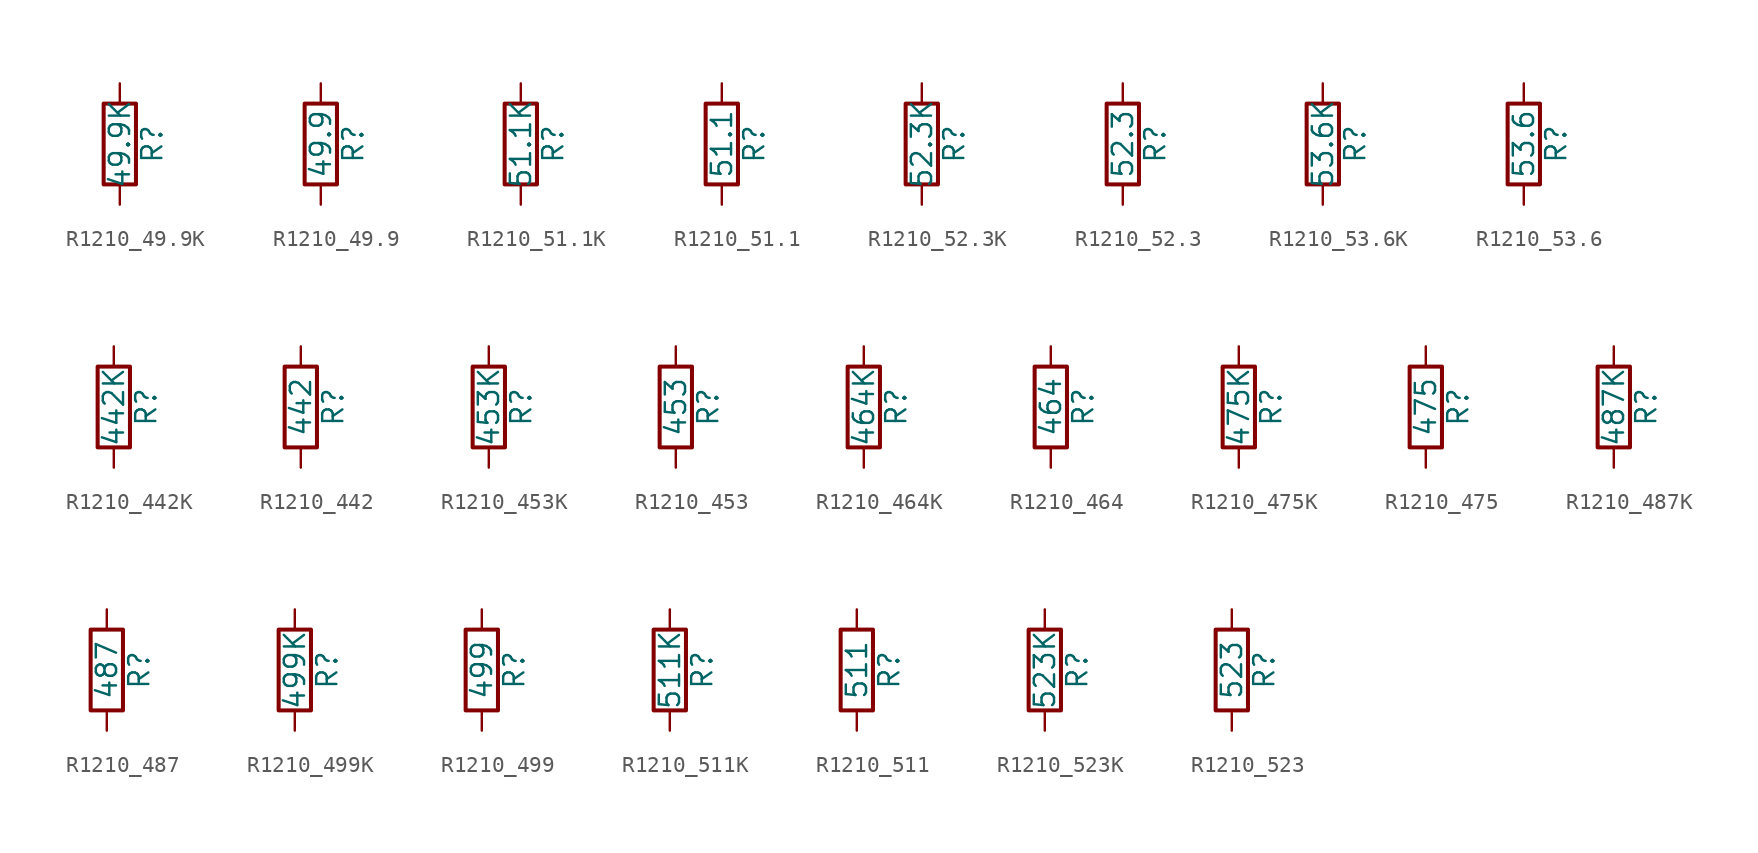
<source format=kicad_sym>
(kicad_symbol_lib
  (version 20211014)
  (generator atlantix-eda)
  (symbol "R1210_49.9K"
    (pin_numbers hide)
    (pin_names
      (offset 0))
    (property "Reference" "R"
      (at 2.032 0 90)
      (effects (font (size 1.27 1.27))))
    (property "Value" "49.9K"
      (at 0 0 90)
      (effects (font (size 1.27 1.27))))
    (symbol "R1210_49.9K_0_1"
      (rectangle (start -1.016 -2.54) (end 1.016 2.54) (stroke (width 0.254) (type default) (color 0 0 0 0)) (fill (type none))))
    (symbol "R1210_49.9K_1_1"
      (pin passive line (at 0 3.81 270) (length 1.27) (name "~" (effects (font (size 1.27 1.27)))) (number "1" (effects (font (size 1.27 1.27)))))
      (pin passive line (at 0 -3.81 90) (length 1.27) (name "~" (effects (font (size 1.27 1.27)))) (number "2" (effects (font (size 1.27 1.27)))))))
  (symbol "R1210_49.9"
    (pin_numbers hide)
    (pin_names
      (offset 0))
    (property "Reference" "R"
      (at 2.032 0 90)
      (effects (font (size 1.27 1.27))))
    (property "Value" "49.9"
      (at 0 0 90)
      (effects (font (size 1.27 1.27))))
    (symbol "R1210_49.9_0_1"
      (rectangle (start -1.016 -2.54) (end 1.016 2.54) (stroke (width 0.254) (type default) (color 0 0 0 0)) (fill (type none))))
    (symbol "R1210_49.9_1_1"
      (pin passive line (at 0 3.81 270) (length 1.27) (name "~" (effects (font (size 1.27 1.27)))) (number "1" (effects (font (size 1.27 1.27)))))
      (pin passive line (at 0 -3.81 90) (length 1.27) (name "~" (effects (font (size 1.27 1.27)))) (number "2" (effects (font (size 1.27 1.27)))))))
  (symbol "R1210_51.1K"
    (pin_numbers hide)
    (pin_names
      (offset 0))
    (property "Reference" "R"
      (at 2.032 0 90)
      (effects (font (size 1.27 1.27))))
    (property "Value" "51.1K"
      (at 0 0 90)
      (effects (font (size 1.27 1.27))))
    (symbol "R1210_51.1K_0_1"
      (rectangle (start -1.016 -2.54) (end 1.016 2.54) (stroke (width 0.254) (type default) (color 0 0 0 0)) (fill (type none))))
    (symbol "R1210_51.1K_1_1"
      (pin passive line (at 0 3.81 270) (length 1.27) (name "~" (effects (font (size 1.27 1.27)))) (number "1" (effects (font (size 1.27 1.27)))))
      (pin passive line (at 0 -3.81 90) (length 1.27) (name "~" (effects (font (size 1.27 1.27)))) (number "2" (effects (font (size 1.27 1.27)))))))
  (symbol "R1210_51.1"
    (pin_numbers hide)
    (pin_names
      (offset 0))
    (property "Reference" "R"
      (at 2.032 0 90)
      (effects (font (size 1.27 1.27))))
    (property "Value" "51.1"
      (at 0 0 90)
      (effects (font (size 1.27 1.27))))
    (symbol "R1210_51.1_0_1"
      (rectangle (start -1.016 -2.54) (end 1.016 2.54) (stroke (width 0.254) (type default) (color 0 0 0 0)) (fill (type none))))
    (symbol "R1210_51.1_1_1"
      (pin passive line (at 0 3.81 270) (length 1.27) (name "~" (effects (font (size 1.27 1.27)))) (number "1" (effects (font (size 1.27 1.27)))))
      (pin passive line (at 0 -3.81 90) (length 1.27) (name "~" (effects (font (size 1.27 1.27)))) (number "2" (effects (font (size 1.27 1.27)))))))
  (symbol "R1210_52.3K"
    (pin_numbers hide)
    (pin_names
      (offset 0))
    (property "Reference" "R"
      (at 2.032 0 90)
      (effects (font (size 1.27 1.27))))
    (property "Value" "52.3K"
      (at 0 0 90)
      (effects (font (size 1.27 1.27))))
    (symbol "R1210_52.3K_0_1"
      (rectangle (start -1.016 -2.54) (end 1.016 2.54) (stroke (width 0.254) (type default) (color 0 0 0 0)) (fill (type none))))
    (symbol "R1210_52.3K_1_1"
      (pin passive line (at 0 3.81 270) (length 1.27) (name "~" (effects (font (size 1.27 1.27)))) (number "1" (effects (font (size 1.27 1.27)))))
      (pin passive line (at 0 -3.81 90) (length 1.27) (name "~" (effects (font (size 1.27 1.27)))) (number "2" (effects (font (size 1.27 1.27)))))))
  (symbol "R1210_52.3"
    (pin_numbers hide)
    (pin_names
      (offset 0))
    (property "Reference" "R"
      (at 2.032 0 90)
      (effects (font (size 1.27 1.27))))
    (property "Value" "52.3"
      (at 0 0 90)
      (effects (font (size 1.27 1.27))))
    (symbol "R1210_52.3_0_1"
      (rectangle (start -1.016 -2.54) (end 1.016 2.54) (stroke (width 0.254) (type default) (color 0 0 0 0)) (fill (type none))))
    (symbol "R1210_52.3_1_1"
      (pin passive line (at 0 3.81 270) (length 1.27) (name "~" (effects (font (size 1.27 1.27)))) (number "1" (effects (font (size 1.27 1.27)))))
      (pin passive line (at 0 -3.81 90) (length 1.27) (name "~" (effects (font (size 1.27 1.27)))) (number "2" (effects (font (size 1.27 1.27)))))))
  (symbol "R1210_53.6K"
    (pin_numbers hide)
    (pin_names
      (offset 0))
    (property "Reference" "R"
      (at 2.032 0 90)
      (effects (font (size 1.27 1.27))))
    (property "Value" "53.6K"
      (at 0 0 90)
      (effects (font (size 1.27 1.27))))
    (symbol "R1210_53.6K_0_1"
      (rectangle (start -1.016 -2.54) (end 1.016 2.54) (stroke (width 0.254) (type default) (color 0 0 0 0)) (fill (type none))))
    (symbol "R1210_53.6K_1_1"
      (pin passive line (at 0 3.81 270) (length 1.27) (name "~" (effects (font (size 1.27 1.27)))) (number "1" (effects (font (size 1.27 1.27)))))
      (pin passive line (at 0 -3.81 90) (length 1.27) (name "~" (effects (font (size 1.27 1.27)))) (number "2" (effects (font (size 1.27 1.27)))))))
  (symbol "R1210_53.6"
    (pin_numbers hide)
    (pin_names
      (offset 0))
    (property "Reference" "R"
      (at 2.032 0 90)
      (effects (font (size 1.27 1.27))))
    (property "Value" "53.6"
      (at 0 0 90)
      (effects (font (size 1.27 1.27))))
    (symbol "R1210_53.6_0_1"
      (rectangle (start -1.016 -2.54) (end 1.016 2.54) (stroke (width 0.254) (type default) (color 0 0 0 0)) (fill (type none))))
    (symbol "R1210_53.6_1_1"
      (pin passive line (at 0 3.81 270) (length 1.27) (name "~" (effects (font (size 1.27 1.27)))) (number "1" (effects (font (size 1.27 1.27)))))
      (pin passive line (at 0 -3.81 90) (length 1.27) (name "~" (effects (font (size 1.27 1.27)))) (number "2" (effects (font (size 1.27 1.27)))))))
  (symbol "R1210_442K"
    (pin_numbers hide)
    (pin_names
      (offset 0))
    (property "Reference" "R"
      (at 2.032 0 90)
      (effects (font (size 1.27 1.27))))
    (property "Value" "442K"
      (at 0 0 90)
      (effects (font (size 1.27 1.27))))
    (symbol "R1210_442K_0_1"
      (rectangle (start -1.016 -2.54) (end 1.016 2.54) (stroke (width 0.254) (type default) (color 0 0 0 0)) (fill (type none))))
    (symbol "R1210_442K_1_1"
      (pin passive line (at 0 3.81 270) (length 1.27) (name "~" (effects (font (size 1.27 1.27)))) (number "1" (effects (font (size 1.27 1.27)))))
      (pin passive line (at 0 -3.81 90) (length 1.27) (name "~" (effects (font (size 1.27 1.27)))) (number "2" (effects (font (size 1.27 1.27)))))))
  (symbol "R1210_442"
    (pin_numbers hide)
    (pin_names
      (offset 0))
    (property "Reference" "R"
      (at 2.032 0 90)
      (effects (font (size 1.27 1.27))))
    (property "Value" "442"
      (at 0 0 90)
      (effects (font (size 1.27 1.27))))
    (symbol "R1210_442_0_1"
      (rectangle (start -1.016 -2.54) (end 1.016 2.54) (stroke (width 0.254) (type default) (color 0 0 0 0)) (fill (type none))))
    (symbol "R1210_442_1_1"
      (pin passive line (at 0 3.81 270) (length 1.27) (name "~" (effects (font (size 1.27 1.27)))) (number "1" (effects (font (size 1.27 1.27)))))
      (pin passive line (at 0 -3.81 90) (length 1.27) (name "~" (effects (font (size 1.27 1.27)))) (number "2" (effects (font (size 1.27 1.27)))))))
  (symbol "R1210_453K"
    (pin_numbers hide)
    (pin_names
      (offset 0))
    (property "Reference" "R"
      (at 2.032 0 90)
      (effects (font (size 1.27 1.27))))
    (property "Value" "453K"
      (at 0 0 90)
      (effects (font (size 1.27 1.27))))
    (symbol "R1210_453K_0_1"
      (rectangle (start -1.016 -2.54) (end 1.016 2.54) (stroke (width 0.254) (type default) (color 0 0 0 0)) (fill (type none))))
    (symbol "R1210_453K_1_1"
      (pin passive line (at 0 3.81 270) (length 1.27) (name "~" (effects (font (size 1.27 1.27)))) (number "1" (effects (font (size 1.27 1.27)))))
      (pin passive line (at 0 -3.81 90) (length 1.27) (name "~" (effects (font (size 1.27 1.27)))) (number "2" (effects (font (size 1.27 1.27)))))))
  (symbol "R1210_453"
    (pin_numbers hide)
    (pin_names
      (offset 0))
    (property "Reference" "R"
      (at 2.032 0 90)
      (effects (font (size 1.27 1.27))))
    (property "Value" "453"
      (at 0 0 90)
      (effects (font (size 1.27 1.27))))
    (symbol "R1210_453_0_1"
      (rectangle (start -1.016 -2.54) (end 1.016 2.54) (stroke (width 0.254) (type default) (color 0 0 0 0)) (fill (type none))))
    (symbol "R1210_453_1_1"
      (pin passive line (at 0 3.81 270) (length 1.27) (name "~" (effects (font (size 1.27 1.27)))) (number "1" (effects (font (size 1.27 1.27)))))
      (pin passive line (at 0 -3.81 90) (length 1.27) (name "~" (effects (font (size 1.27 1.27)))) (number "2" (effects (font (size 1.27 1.27)))))))
  (symbol "R1210_464K"
    (pin_numbers hide)
    (pin_names
      (offset 0))
    (property "Reference" "R"
      (at 2.032 0 90)
      (effects (font (size 1.27 1.27))))
    (property "Value" "464K"
      (at 0 0 90)
      (effects (font (size 1.27 1.27))))
    (symbol "R1210_464K_0_1"
      (rectangle (start -1.016 -2.54) (end 1.016 2.54) (stroke (width 0.254) (type default) (color 0 0 0 0)) (fill (type none))))
    (symbol "R1210_464K_1_1"
      (pin passive line (at 0 3.81 270) (length 1.27) (name "~" (effects (font (size 1.27 1.27)))) (number "1" (effects (font (size 1.27 1.27)))))
      (pin passive line (at 0 -3.81 90) (length 1.27) (name "~" (effects (font (size 1.27 1.27)))) (number "2" (effects (font (size 1.27 1.27)))))))
  (symbol "R1210_464"
    (pin_numbers hide)
    (pin_names
      (offset 0))
    (property "Reference" "R"
      (at 2.032 0 90)
      (effects (font (size 1.27 1.27))))
    (property "Value" "464"
      (at 0 0 90)
      (effects (font (size 1.27 1.27))))
    (symbol "R1210_464_0_1"
      (rectangle (start -1.016 -2.54) (end 1.016 2.54) (stroke (width 0.254) (type default) (color 0 0 0 0)) (fill (type none))))
    (symbol "R1210_464_1_1"
      (pin passive line (at 0 3.81 270) (length 1.27) (name "~" (effects (font (size 1.27 1.27)))) (number "1" (effects (font (size 1.27 1.27)))))
      (pin passive line (at 0 -3.81 90) (length 1.27) (name "~" (effects (font (size 1.27 1.27)))) (number "2" (effects (font (size 1.27 1.27)))))))
  (symbol "R1210_475K"
    (pin_numbers hide)
    (pin_names
      (offset 0))
    (property "Reference" "R"
      (at 2.032 0 90)
      (effects (font (size 1.27 1.27))))
    (property "Value" "475K"
      (at 0 0 90)
      (effects (font (size 1.27 1.27))))
    (symbol "R1210_475K_0_1"
      (rectangle (start -1.016 -2.54) (end 1.016 2.54) (stroke (width 0.254) (type default) (color 0 0 0 0)) (fill (type none))))
    (symbol "R1210_475K_1_1"
      (pin passive line (at 0 3.81 270) (length 1.27) (name "~" (effects (font (size 1.27 1.27)))) (number "1" (effects (font (size 1.27 1.27)))))
      (pin passive line (at 0 -3.81 90) (length 1.27) (name "~" (effects (font (size 1.27 1.27)))) (number "2" (effects (font (size 1.27 1.27)))))))
  (symbol "R1210_475"
    (pin_numbers hide)
    (pin_names
      (offset 0))
    (property "Reference" "R"
      (at 2.032 0 90)
      (effects (font (size 1.27 1.27))))
    (property "Value" "475"
      (at 0 0 90)
      (effects (font (size 1.27 1.27))))
    (symbol "R1210_475_0_1"
      (rectangle (start -1.016 -2.54) (end 1.016 2.54) (stroke (width 0.254) (type default) (color 0 0 0 0)) (fill (type none))))
    (symbol "R1210_475_1_1"
      (pin passive line (at 0 3.81 270) (length 1.27) (name "~" (effects (font (size 1.27 1.27)))) (number "1" (effects (font (size 1.27 1.27)))))
      (pin passive line (at 0 -3.81 90) (length 1.27) (name "~" (effects (font (size 1.27 1.27)))) (number "2" (effects (font (size 1.27 1.27)))))))
  (symbol "R1210_487K"
    (pin_numbers hide)
    (pin_names
      (offset 0))
    (property "Reference" "R"
      (at 2.032 0 90)
      (effects (font (size 1.27 1.27))))
    (property "Value" "487K"
      (at 0 0 90)
      (effects (font (size 1.27 1.27))))
    (symbol "R1210_487K_0_1"
      (rectangle (start -1.016 -2.54) (end 1.016 2.54) (stroke (width 0.254) (type default) (color 0 0 0 0)) (fill (type none))))
    (symbol "R1210_487K_1_1"
      (pin passive line (at 0 3.81 270) (length 1.27) (name "~" (effects (font (size 1.27 1.27)))) (number "1" (effects (font (size 1.27 1.27)))))
      (pin passive line (at 0 -3.81 90) (length 1.27) (name "~" (effects (font (size 1.27 1.27)))) (number "2" (effects (font (size 1.27 1.27)))))))
  (symbol "R1210_487"
    (pin_numbers hide)
    (pin_names
      (offset 0))
    (property "Reference" "R"
      (at 2.032 0 90)
      (effects (font (size 1.27 1.27))))
    (property "Value" "487"
      (at 0 0 90)
      (effects (font (size 1.27 1.27))))
    (symbol "R1210_487_0_1"
      (rectangle (start -1.016 -2.54) (end 1.016 2.54) (stroke (width 0.254) (type default) (color 0 0 0 0)) (fill (type none))))
    (symbol "R1210_487_1_1"
      (pin passive line (at 0 3.81 270) (length 1.27) (name "~" (effects (font (size 1.27 1.27)))) (number "1" (effects (font (size 1.27 1.27)))))
      (pin passive line (at 0 -3.81 90) (length 1.27) (name "~" (effects (font (size 1.27 1.27)))) (number "2" (effects (font (size 1.27 1.27)))))))
  (symbol "R1210_499K"
    (pin_numbers hide)
    (pin_names
      (offset 0))
    (property "Reference" "R"
      (at 2.032 0 90)
      (effects (font (size 1.27 1.27))))
    (property "Value" "499K"
      (at 0 0 90)
      (effects (font (size 1.27 1.27))))
    (symbol "R1210_499K_0_1"
      (rectangle (start -1.016 -2.54) (end 1.016 2.54) (stroke (width 0.254) (type default) (color 0 0 0 0)) (fill (type none))))
    (symbol "R1210_499K_1_1"
      (pin passive line (at 0 3.81 270) (length 1.27) (name "~" (effects (font (size 1.27 1.27)))) (number "1" (effects (font (size 1.27 1.27)))))
      (pin passive line (at 0 -3.81 90) (length 1.27) (name "~" (effects (font (size 1.27 1.27)))) (number "2" (effects (font (size 1.27 1.27)))))))
  (symbol "R1210_499"
    (pin_numbers hide)
    (pin_names
      (offset 0))
    (property "Reference" "R"
      (at 2.032 0 90)
      (effects (font (size 1.27 1.27))))
    (property "Value" "499"
      (at 0 0 90)
      (effects (font (size 1.27 1.27))))
    (symbol "R1210_499_0_1"
      (rectangle (start -1.016 -2.54) (end 1.016 2.54) (stroke (width 0.254) (type default) (color 0 0 0 0)) (fill (type none))))
    (symbol "R1210_499_1_1"
      (pin passive line (at 0 3.81 270) (length 1.27) (name "~" (effects (font (size 1.27 1.27)))) (number "1" (effects (font (size 1.27 1.27)))))
      (pin passive line (at 0 -3.81 90) (length 1.27) (name "~" (effects (font (size 1.27 1.27)))) (number "2" (effects (font (size 1.27 1.27)))))))
  (symbol "R1210_511K"
    (pin_numbers hide)
    (pin_names
      (offset 0))
    (property "Reference" "R"
      (at 2.032 0 90)
      (effects (font (size 1.27 1.27))))
    (property "Value" "511K"
      (at 0 0 90)
      (effects (font (size 1.27 1.27))))
    (symbol "R1210_511K_0_1"
      (rectangle (start -1.016 -2.54) (end 1.016 2.54) (stroke (width 0.254) (type default) (color 0 0 0 0)) (fill (type none))))
    (symbol "R1210_511K_1_1"
      (pin passive line (at 0 3.81 270) (length 1.27) (name "~" (effects (font (size 1.27 1.27)))) (number "1" (effects (font (size 1.27 1.27)))))
      (pin passive line (at 0 -3.81 90) (length 1.27) (name "~" (effects (font (size 1.27 1.27)))) (number "2" (effects (font (size 1.27 1.27)))))))
  (symbol "R1210_511"
    (pin_numbers hide)
    (pin_names
      (offset 0))
    (property "Reference" "R"
      (at 2.032 0 90)
      (effects (font (size 1.27 1.27))))
    (property "Value" "511"
      (at 0 0 90)
      (effects (font (size 1.27 1.27))))
    (symbol "R1210_511_0_1"
      (rectangle (start -1.016 -2.54) (end 1.016 2.54) (stroke (width 0.254) (type default) (color 0 0 0 0)) (fill (type none))))
    (symbol "R1210_511_1_1"
      (pin passive line (at 0 3.81 270) (length 1.27) (name "~" (effects (font (size 1.27 1.27)))) (number "1" (effects (font (size 1.27 1.27)))))
      (pin passive line (at 0 -3.81 90) (length 1.27) (name "~" (effects (font (size 1.27 1.27)))) (number "2" (effects (font (size 1.27 1.27)))))))
  (symbol "R1210_523K"
    (pin_numbers hide)
    (pin_names
      (offset 0))
    (property "Reference" "R"
      (at 2.032 0 90)
      (effects (font (size 1.27 1.27))))
    (property "Value" "523K"
      (at 0 0 90)
      (effects (font (size 1.27 1.27))))
    (symbol "R1210_523K_0_1"
      (rectangle (start -1.016 -2.54) (end 1.016 2.54) (stroke (width 0.254) (type default) (color 0 0 0 0)) (fill (type none))))
    (symbol "R1210_523K_1_1"
      (pin passive line (at 0 3.81 270) (length 1.27) (name "~" (effects (font (size 1.27 1.27)))) (number "1" (effects (font (size 1.27 1.27)))))
      (pin passive line (at 0 -3.81 90) (length 1.27) (name "~" (effects (font (size 1.27 1.27)))) (number "2" (effects (font (size 1.27 1.27)))))))
  (symbol "R1210_523"
    (pin_numbers hide)
    (pin_names
      (offset 0))
    (property "Reference" "R"
      (at 2.032 0 90)
      (effects (font (size 1.27 1.27))))
    (property "Value" "523"
      (at 0 0 90)
      (effects (font (size 1.27 1.27))))
    (symbol "R1210_523_0_1"
      (rectangle (start -1.016 -2.54) (end 1.016 2.54) (stroke (width 0.254) (type default) (color 0 0 0 0)) (fill (type none))))
    (symbol "R1210_523_1_1"
      (pin passive line (at 0 3.81 270) (length 1.27) (name "~" (effects (font (size 1.27 1.27)))) (number "1" (effects (font (size 1.27 1.27)))))
      (pin passive line (at 0 -3.81 90) (length 1.27) (name "~" (effects (font (size 1.27 1.27)))) (number "2" (effects (font (size 1.27 1.27))))))))
</source>
